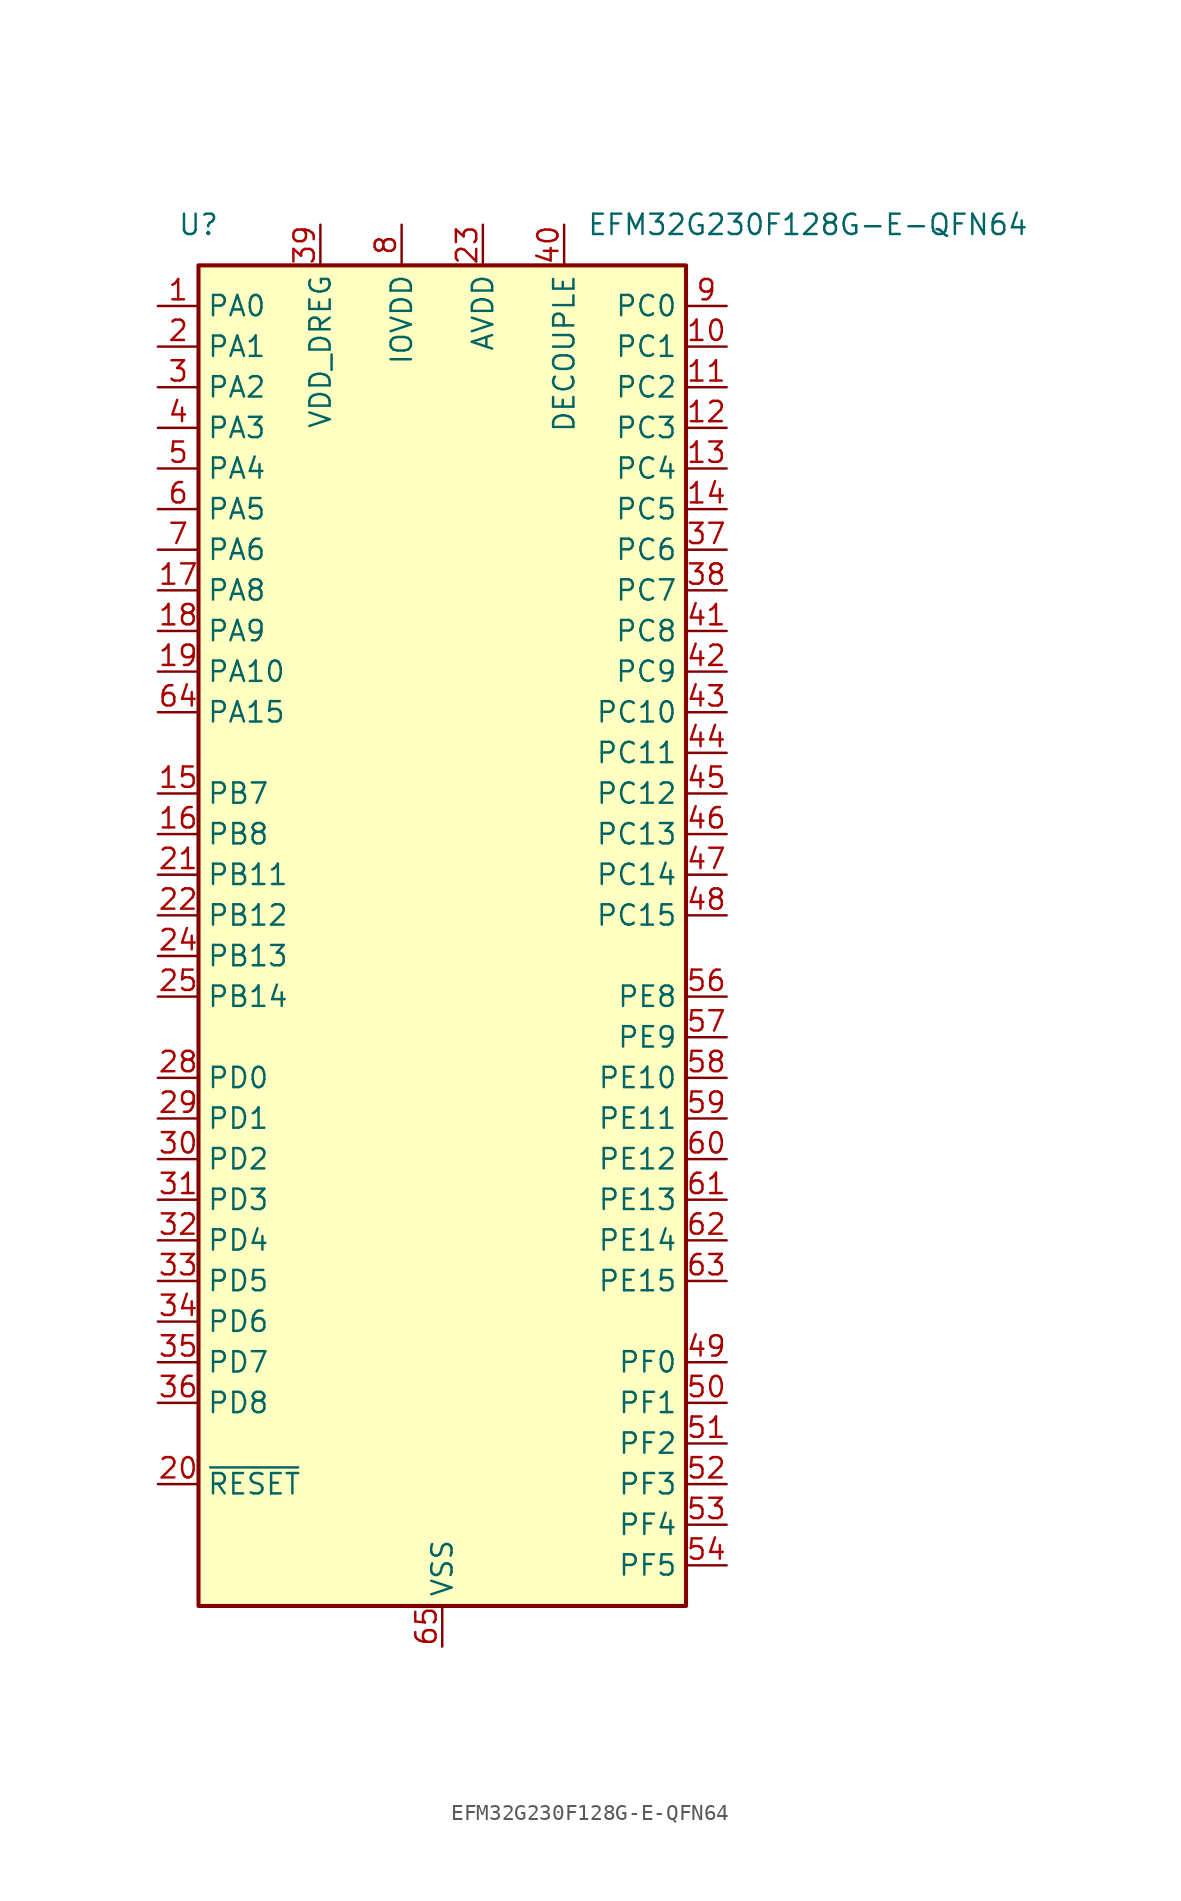
<source format=kicad_sym>
(kicad_symbol_lib
  (version 20231120)
  (generator "kicad_symbol_editor")
  (generator_version "8.0")
  (symbol "EFM32G230F128G-E-QFN64"
    (property "Reference" "U"
      (at -15.24 43.18 0)
      (effects (font (size 1.27 1.27))))
    (property "Value" "EFM32G230F128G-E-QFN64"
      (at 22.86 43.18 0)
      (effects (font (size 1.27 1.27))))
    (symbol "EFM32G230F128G-E-QFN64_0_1"
      (rectangle (start -15.24 40.64) (end 15.24 -43.18) (stroke (width 0.254) (type default)) (fill (type background))))
    (symbol "EFM32G230F128G-E-QFN64_1_1"
      (pin bidirectional line (at -17.78 38.1 0) (length 2.54) (name "PA0" (effects (font (size 1.27 1.27)))) (number "1" (effects (font (size 1.27 1.27)))))
      (pin bidirectional line (at 17.78 35.56 180) (length 2.54) (name "PC1" (effects (font (size 1.27 1.27)))) (number "10" (effects (font (size 1.27 1.27)))))
      (pin bidirectional line (at 17.78 33.02 180) (length 2.54) (name "PC2" (effects (font (size 1.27 1.27)))) (number "11" (effects (font (size 1.27 1.27)))))
      (pin bidirectional line (at 17.78 30.48 180) (length 2.54) (name "PC3" (effects (font (size 1.27 1.27)))) (number "12" (effects (font (size 1.27 1.27)))))
      (pin bidirectional line (at 17.78 27.94 180) (length 2.54) (name "PC4" (effects (font (size 1.27 1.27)))) (number "13" (effects (font (size 1.27 1.27)))))
      (pin bidirectional line (at 17.78 25.4 180) (length 2.54) (name "PC5" (effects (font (size 1.27 1.27)))) (number "14" (effects (font (size 1.27 1.27)))))
      (pin bidirectional line (at -17.78 7.62 0) (length 2.54) (name "PB7" (effects (font (size 1.27 1.27)))) (number "15" (effects (font (size 1.27 1.27)))))
      (pin bidirectional line (at -17.78 5.08 0) (length 2.54) (name "PB8" (effects (font (size 1.27 1.27)))) (number "16" (effects (font (size 1.27 1.27)))))
      (pin bidirectional line (at -17.78 20.32 0) (length 2.54) (name "PA8" (effects (font (size 1.27 1.27)))) (number "17" (effects (font (size 1.27 1.27)))))
      (pin bidirectional line (at -17.78 17.78 0) (length 2.54) (name "PA9" (effects (font (size 1.27 1.27)))) (number "18" (effects (font (size 1.27 1.27)))))
      (pin bidirectional line (at -17.78 15.24 0) (length 2.54) (name "PA10" (effects (font (size 1.27 1.27)))) (number "19" (effects (font (size 1.27 1.27)))))
      (pin bidirectional line (at -17.78 35.56 0) (length 2.54) (name "PA1" (effects (font (size 1.27 1.27)))) (number "2" (effects (font (size 1.27 1.27)))))
      (pin input line (at -17.78 -35.56 0) (length 2.54) (name "~{RESET}" (effects (font (size 1.27 1.27)))) (number "20" (effects (font (size 1.27 1.27)))))
      (pin bidirectional line (at -17.78 2.54 0) (length 2.54) (name "PB11" (effects (font (size 1.27 1.27)))) (number "21" (effects (font (size 1.27 1.27)))))
      (pin bidirectional line (at -17.78 0 0) (length 2.54) (name "PB12" (effects (font (size 1.27 1.27)))) (number "22" (effects (font (size 1.27 1.27)))))
      (pin power_in line (at 2.54 43.18 270) (length 2.54) (name "AVDD" (effects (font (size 1.27 1.27)))) (number "23" (effects (font (size 1.27 1.27)))))
      (pin bidirectional line (at -17.78 -2.54 0) (length 2.54) (name "PB13" (effects (font (size 1.27 1.27)))) (number "24" (effects (font (size 1.27 1.27)))))
      (pin bidirectional line (at -17.78 -5.08 0) (length 2.54) (name "PB14" (effects (font (size 1.27 1.27)))) (number "25" (effects (font (size 1.27 1.27)))))
      (pin passive line (at -2.54 43.18 270) (length 2.54) hide (name "IOVDD" (effects (font (size 1.27 1.27)))) (number "26" (effects (font (size 1.27 1.27)))))
      (pin passive line (at 2.54 43.18 270) (length 2.54) hide (name "AVDD" (effects (font (size 1.27 1.27)))) (number "27" (effects (font (size 1.27 1.27)))))
      (pin bidirectional line (at -17.78 -10.16 0) (length 2.54) (name "PD0" (effects (font (size 1.27 1.27)))) (number "28" (effects (font (size 1.27 1.27)))))
      (pin bidirectional line (at -17.78 -12.7 0) (length 2.54) (name "PD1" (effects (font (size 1.27 1.27)))) (number "29" (effects (font (size 1.27 1.27)))))
      (pin bidirectional line (at -17.78 33.02 0) (length 2.54) (name "PA2" (effects (font (size 1.27 1.27)))) (number "3" (effects (font (size 1.27 1.27)))))
      (pin bidirectional line (at -17.78 -15.24 0) (length 2.54) (name "PD2" (effects (font (size 1.27 1.27)))) (number "30" (effects (font (size 1.27 1.27)))))
      (pin bidirectional line (at -17.78 -17.78 0) (length 2.54) (name "PD3" (effects (font (size 1.27 1.27)))) (number "31" (effects (font (size 1.27 1.27)))))
      (pin bidirectional line (at -17.78 -20.32 0) (length 2.54) (name "PD4" (effects (font (size 1.27 1.27)))) (number "32" (effects (font (size 1.27 1.27)))))
      (pin bidirectional line (at -17.78 -22.86 0) (length 2.54) (name "PD5" (effects (font (size 1.27 1.27)))) (number "33" (effects (font (size 1.27 1.27)))))
      (pin bidirectional line (at -17.78 -25.4 0) (length 2.54) (name "PD6" (effects (font (size 1.27 1.27)))) (number "34" (effects (font (size 1.27 1.27)))))
      (pin bidirectional line (at -17.78 -27.94 0) (length 2.54) (name "PD7" (effects (font (size 1.27 1.27)))) (number "35" (effects (font (size 1.27 1.27)))))
      (pin bidirectional line (at -17.78 -30.48 0) (length 2.54) (name "PD8" (effects (font (size 1.27 1.27)))) (number "36" (effects (font (size 1.27 1.27)))))
      (pin bidirectional line (at 17.78 22.86 180) (length 2.54) (name "PC6" (effects (font (size 1.27 1.27)))) (number "37" (effects (font (size 1.27 1.27)))))
      (pin bidirectional line (at 17.78 20.32 180) (length 2.54) (name "PC7" (effects (font (size 1.27 1.27)))) (number "38" (effects (font (size 1.27 1.27)))))
      (pin power_in line (at -7.62 43.18 270) (length 2.54) (name "VDD_DREG" (effects (font (size 1.27 1.27)))) (number "39" (effects (font (size 1.27 1.27)))))
      (pin bidirectional line (at -17.78 30.48 0) (length 2.54) (name "PA3" (effects (font (size 1.27 1.27)))) (number "4" (effects (font (size 1.27 1.27)))))
      (pin passive line (at 7.62 43.18 270) (length 2.54) (name "DECOUPLE" (effects (font (size 1.27 1.27)))) (number "40" (effects (font (size 1.27 1.27)))))
      (pin bidirectional line (at 17.78 17.78 180) (length 2.54) (name "PC8" (effects (font (size 1.27 1.27)))) (number "41" (effects (font (size 1.27 1.27)))))
      (pin bidirectional line (at 17.78 15.24 180) (length 2.54) (name "PC9" (effects (font (size 1.27 1.27)))) (number "42" (effects (font (size 1.27 1.27)))))
      (pin bidirectional line (at 17.78 12.7 180) (length 2.54) (name "PC10" (effects (font (size 1.27 1.27)))) (number "43" (effects (font (size 1.27 1.27)))))
      (pin bidirectional line (at 17.78 10.16 180) (length 2.54) (name "PC11" (effects (font (size 1.27 1.27)))) (number "44" (effects (font (size 1.27 1.27)))))
      (pin bidirectional line (at 17.78 7.62 180) (length 2.54) (name "PC12" (effects (font (size 1.27 1.27)))) (number "45" (effects (font (size 1.27 1.27)))))
      (pin bidirectional line (at 17.78 5.08 180) (length 2.54) (name "PC13" (effects (font (size 1.27 1.27)))) (number "46" (effects (font (size 1.27 1.27)))))
      (pin bidirectional line (at 17.78 2.54 180) (length 2.54) (name "PC14" (effects (font (size 1.27 1.27)))) (number "47" (effects (font (size 1.27 1.27)))))
      (pin bidirectional line (at 17.78 0 180) (length 2.54) (name "PC15" (effects (font (size 1.27 1.27)))) (number "48" (effects (font (size 1.27 1.27)))))
      (pin bidirectional line (at 17.78 -27.94 180) (length 2.54) (name "PF0" (effects (font (size 1.27 1.27)))) (number "49" (effects (font (size 1.27 1.27)))))
      (pin bidirectional line (at -17.78 27.94 0) (length 2.54) (name "PA4" (effects (font (size 1.27 1.27)))) (number "5" (effects (font (size 1.27 1.27)))))
      (pin bidirectional line (at 17.78 -30.48 180) (length 2.54) (name "PF1" (effects (font (size 1.27 1.27)))) (number "50" (effects (font (size 1.27 1.27)))))
      (pin bidirectional line (at 17.78 -33.02 180) (length 2.54) (name "PF2" (effects (font (size 1.27 1.27)))) (number "51" (effects (font (size 1.27 1.27)))))
      (pin bidirectional line (at 17.78 -35.56 180) (length 2.54) (name "PF3" (effects (font (size 1.27 1.27)))) (number "52" (effects (font (size 1.27 1.27)))))
      (pin bidirectional line (at 17.78 -38.1 180) (length 2.54) (name "PF4" (effects (font (size 1.27 1.27)))) (number "53" (effects (font (size 1.27 1.27)))))
      (pin bidirectional line (at 17.78 -40.64 180) (length 2.54) (name "PF5" (effects (font (size 1.27 1.27)))) (number "54" (effects (font (size 1.27 1.27)))))
      (pin passive line (at -2.54 43.18 270) (length 2.54) hide (name "IOVDD" (effects (font (size 1.27 1.27)))) (number "55" (effects (font (size 1.27 1.27)))))
      (pin bidirectional line (at 17.78 -5.08 180) (length 2.54) (name "PE8" (effects (font (size 1.27 1.27)))) (number "56" (effects (font (size 1.27 1.27)))))
      (pin bidirectional line (at 17.78 -7.62 180) (length 2.54) (name "PE9" (effects (font (size 1.27 1.27)))) (number "57" (effects (font (size 1.27 1.27)))))
      (pin bidirectional line (at 17.78 -10.16 180) (length 2.54) (name "PE10" (effects (font (size 1.27 1.27)))) (number "58" (effects (font (size 1.27 1.27)))))
      (pin bidirectional line (at 17.78 -12.7 180) (length 2.54) (name "PE11" (effects (font (size 1.27 1.27)))) (number "59" (effects (font (size 1.27 1.27)))))
      (pin bidirectional line (at -17.78 25.4 0) (length 2.54) (name "PA5" (effects (font (size 1.27 1.27)))) (number "6" (effects (font (size 1.27 1.27)))))
      (pin bidirectional line (at 17.78 -15.24 180) (length 2.54) (name "PE12" (effects (font (size 1.27 1.27)))) (number "60" (effects (font (size 1.27 1.27)))))
      (pin bidirectional line (at 17.78 -17.78 180) (length 2.54) (name "PE13" (effects (font (size 1.27 1.27)))) (number "61" (effects (font (size 1.27 1.27)))))
      (pin bidirectional line (at 17.78 -20.32 180) (length 2.54) (name "PE14" (effects (font (size 1.27 1.27)))) (number "62" (effects (font (size 1.27 1.27)))))
      (pin bidirectional line (at 17.78 -22.86 180) (length 2.54) (name "PE15" (effects (font (size 1.27 1.27)))) (number "63" (effects (font (size 1.27 1.27)))))
      (pin bidirectional line (at -17.78 12.7 0) (length 2.54) (name "PA15" (effects (font (size 1.27 1.27)))) (number "64" (effects (font (size 1.27 1.27)))))
      (pin power_in line (at 0 -45.72 90) (length 2.54) (name "VSS" (effects (font (size 1.27 1.27)))) (number "65" (effects (font (size 1.27 1.27)))))
      (pin bidirectional line (at -17.78 22.86 0) (length 2.54) (name "PA6" (effects (font (size 1.27 1.27)))) (number "7" (effects (font (size 1.27 1.27)))))
      (pin power_in line (at -2.54 43.18 270) (length 2.54) (name "IOVDD" (effects (font (size 1.27 1.27)))) (number "8" (effects (font (size 1.27 1.27)))))
      (pin bidirectional line (at 17.78 38.1 180) (length 2.54) (name "PC0" (effects (font (size 1.27 1.27)))) (number "9" (effects (font (size 1.27 1.27))))))))
</source>
